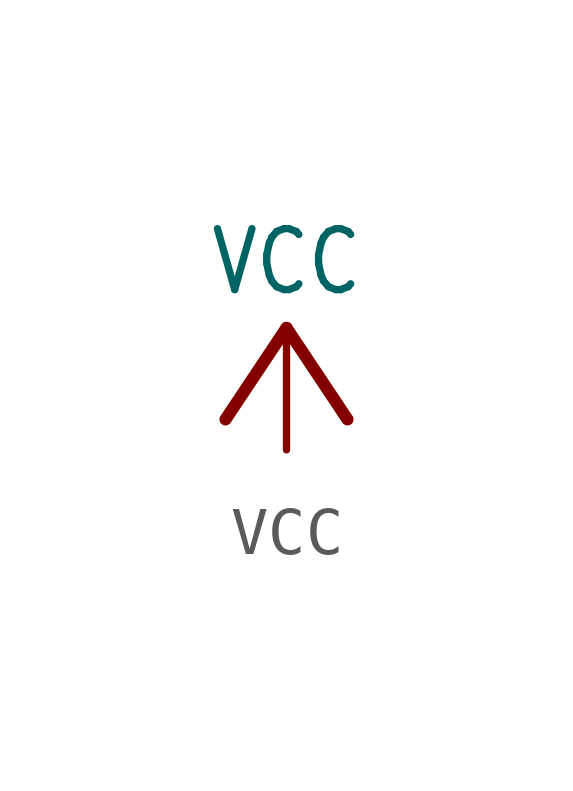
<source format=kicad_sym>
(kicad_symbol_lib
  (version 20201005)
  (generator kicad_symbol_editor)
  (symbol "VCC"
    (power)
    (property "Reference" ""
      (at 0 0 0)
      (effects (font (size 1.27 1.27)) hide))
    (property "Value" "VCC"
      (at 0 3.175 0)
      (effects (font (size 1.27 1.079)) (justify bottom)))
    (property "ki_locked" ""
      (at 0 0 0)
      (effects (font (size 1.27 1.27))))
    (symbol "VCC_1_0"
      (polyline (pts (xy 0 2.54) (xy -1.27 0.635)) (stroke (width 0.254)) (fill (type none)))
      (polyline (pts (xy 1.27 0.635) (xy 0 2.54)) (stroke (width 0.254)) (fill (type none)))
      (pin power_in line (at 0 0 90) (length 2.54) (name "VCC" (effects (font (size 0 0)))) (number "1" (effects (font (size 0 0))))))))
</source>
